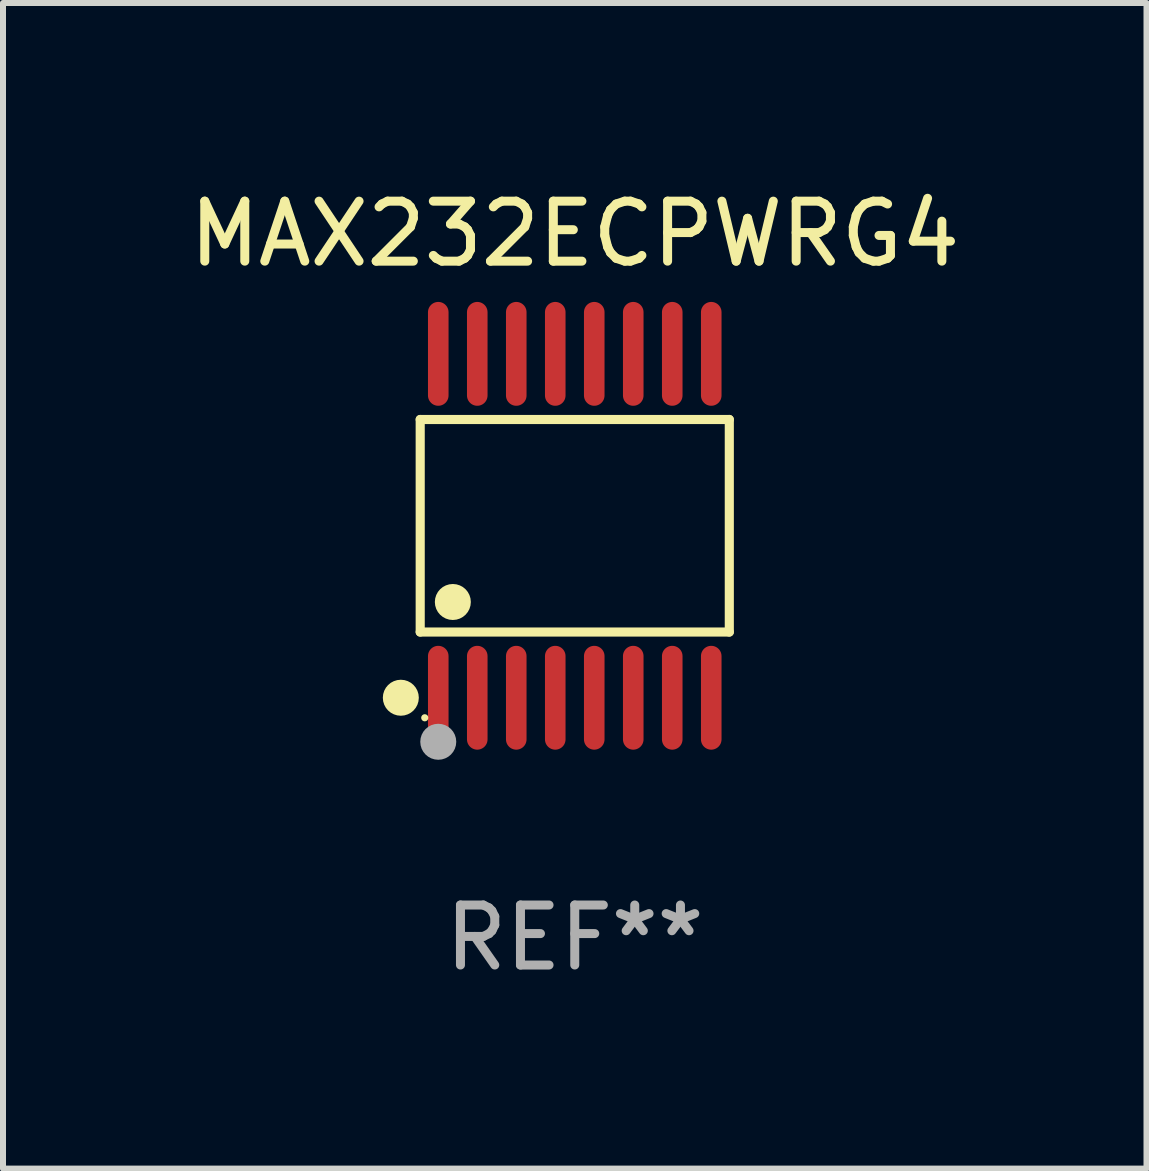
<source format=kicad_pcb>
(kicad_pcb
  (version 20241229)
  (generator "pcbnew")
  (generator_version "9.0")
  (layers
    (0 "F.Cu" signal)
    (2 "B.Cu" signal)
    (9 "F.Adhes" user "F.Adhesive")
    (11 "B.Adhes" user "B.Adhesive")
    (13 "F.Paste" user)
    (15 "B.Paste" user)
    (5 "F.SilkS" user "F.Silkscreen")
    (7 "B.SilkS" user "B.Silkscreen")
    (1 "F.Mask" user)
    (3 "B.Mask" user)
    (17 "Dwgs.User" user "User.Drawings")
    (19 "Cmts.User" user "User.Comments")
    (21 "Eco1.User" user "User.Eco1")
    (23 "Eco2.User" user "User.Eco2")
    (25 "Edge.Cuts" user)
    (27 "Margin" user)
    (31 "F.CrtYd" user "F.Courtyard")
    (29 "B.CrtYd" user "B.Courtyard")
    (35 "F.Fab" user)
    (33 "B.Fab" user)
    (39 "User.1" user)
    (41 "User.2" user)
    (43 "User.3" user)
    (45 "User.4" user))
  (footprint "MAX232ECPWRG4"
    (layer "F.Cu")
    (at 6.53 5.714)
    (property "Reference" "MAX232ECPWRG4" (at 0 -4.866 0) (layer "F.SilkS") (effects (font (size 1 1) (thickness 0.15))))
    (attr through_hole)
    (fp_line (start -2.576 -1.772) (end 2.576 -1.772) (stroke (width 0.152) (type solid)) (layer "F.SilkS"))
    (fp_line (start -2.576 1.771) (end -2.576 -1.772) (stroke (width 0.152) (type solid)) (layer "F.SilkS"))
    (fp_line (start 2.576 -1.772) (end 2.576 1.771) (stroke (width 0.152) (type solid)) (layer "F.SilkS"))
    (fp_line (start 2.576 1.771) (end -2.576 1.771) (stroke (width 0.152) (type solid)) (layer "F.SilkS"))
    (fp_circle (center -2.899 2.866) (end -2.749 2.866) (stroke (width 0.3) (type solid)) (fill no) (layer "F.SilkS"))
    (fp_circle (center -2.5 3.2) (end -2.47 3.2) (stroke (width 0.06) (type solid)) (fill no) (layer "F.SilkS"))
    (fp_circle (center -2.032 1.27) (end -1.882 1.27) (stroke (width 0.3) (type solid)) (fill no) (layer "F.SilkS"))
    (fp_circle (center -2.275 3.6) (end -2.125 3.6) (stroke (width 0.3) (type solid)) (fill no) (layer "F.Fab"))
    (fp_text user "REF**" (at 0 6.866 0) (layer "F.Fab") (effects (font (size 1 1) (thickness 0.15))))
    (pad "1" smd oval (at -2.275 2.866) (size 0.343 1.731) (layers "F.Cu" "F.Mask" "F.Paste"))
    (pad "2" smd oval (at -1.625 2.866) (size 0.343 1.731) (layers "F.Cu" "F.Mask" "F.Paste"))
    (pad "3" smd oval (at -0.975 2.866) (size 0.343 1.731) (layers "F.Cu" "F.Mask" "F.Paste"))
    (pad "4" smd oval (at -0.325 2.866) (size 0.343 1.731) (layers "F.Cu" "F.Mask" "F.Paste"))
    (pad "5" smd oval (at 0.325 2.866) (size 0.343 1.731) (layers "F.Cu" "F.Mask" "F.Paste"))
    (pad "6" smd oval (at 0.975 2.866) (size 0.343 1.731) (layers "F.Cu" "F.Mask" "F.Paste"))
    (pad "7" smd oval (at 1.625 2.866) (size 0.343 1.731) (layers "F.Cu" "F.Mask" "F.Paste"))
    (pad "8" smd oval (at 2.275 2.866) (size 0.343 1.731) (layers "F.Cu" "F.Mask" "F.Paste"))
    (pad "9" smd oval (at 2.275 -2.866) (size 0.343 1.731) (layers "F.Cu" "F.Mask" "F.Paste"))
    (pad "10" smd oval (at 1.625 -2.866) (size 0.343 1.731) (layers "F.Cu" "F.Mask" "F.Paste"))
    (pad "11" smd oval (at 0.975 -2.866) (size 0.343 1.731) (layers "F.Cu" "F.Mask" "F.Paste"))
    (pad "12" smd oval (at 0.325 -2.866) (size 0.343 1.731) (layers "F.Cu" "F.Mask" "F.Paste"))
    (pad "13" smd oval (at -0.325 -2.866) (size 0.343 1.731) (layers "F.Cu" "F.Mask" "F.Paste"))
    (pad "14" smd oval (at -0.975 -2.866) (size 0.343 1.731) (layers "F.Cu" "F.Mask" "F.Paste"))
    (pad "15" smd oval (at -1.625 -2.866) (size 0.343 1.731) (layers "F.Cu" "F.Mask" "F.Paste"))
    (pad "16" smd oval (at -2.275 -2.866) (size 0.343 1.731) (layers "F.Cu" "F.Mask" "F.Paste")))
  (gr_rect
    (start -3 -3)
    (end 16.06 16.428)
    (stroke (width 0.1) (type default))
    (fill no)
    (layer "Edge.Cuts")))
</source>
